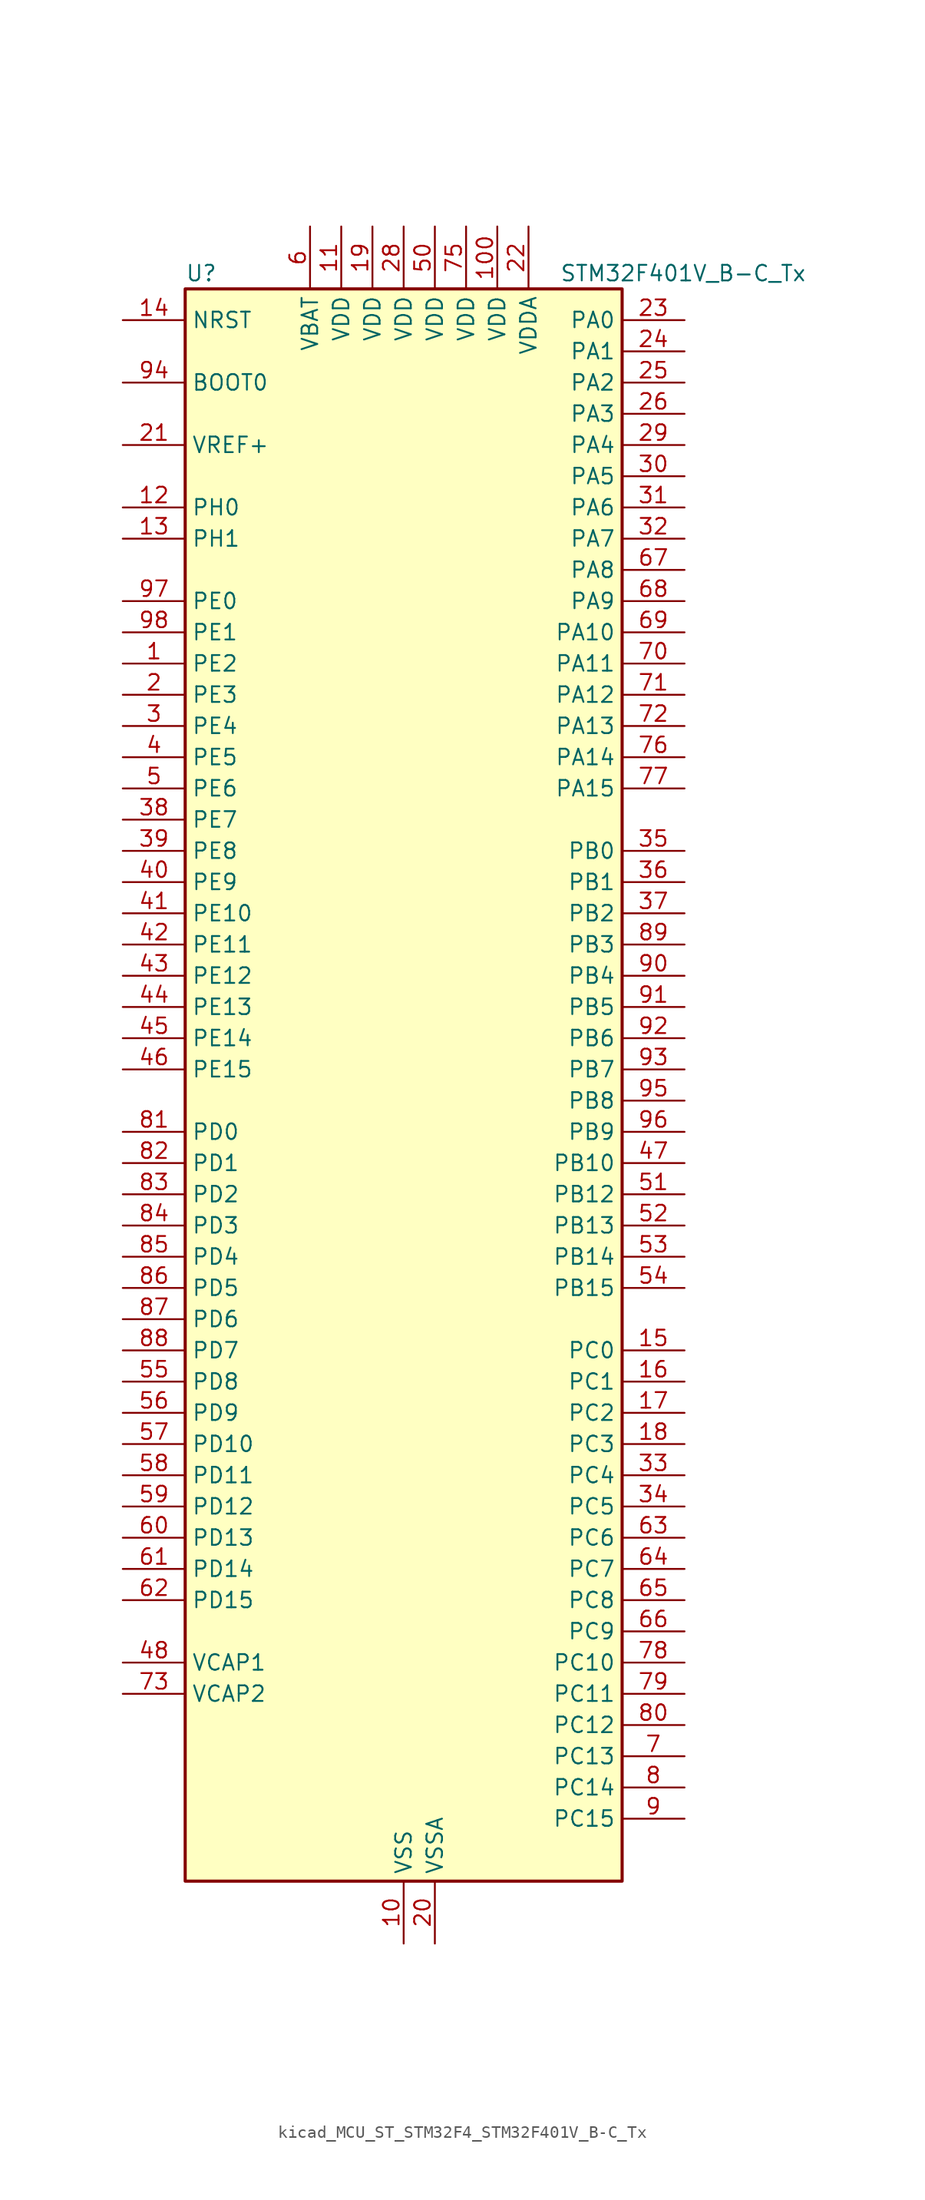
<source format=kicad_sym>
(kicad_symbol_lib
  (version 20220914)
  (generator kicad_symbol_editor)
  (symbol "kicad_MCU_ST_STM32F4_STM32F401V_B-C_Tx"
    (property "Reference" "U"
      (at -17.78 67.31 0)
      (effects (font (size 1.27 1.27)) (justify left)))
    (property "Value" "STM32F401V_B-C_Tx"
      (at 12.7 67.31 0)
      (effects (font (size 1.27 1.27)) (justify left)))
    (property "ki_locked" ""
      (at 0 0 0)
      (effects (font (size 1.27 1.27))))
    (symbol "kicad_MCU_ST_STM32F4_STM32F401V_B-C_Tx_0_1"
      (rectangle (start -17.78 -63.5) (end 17.78 66.04) (stroke (width 0.254) (type default)) (fill (type background))))
    (symbol "kicad_MCU_ST_STM32F4_STM32F401V_B-C_Tx_1_1"
      (pin bidirectional line (at -22.86 35.56 0) (length 5.08) (name "PE2" (effects (font (size 1.27 1.27)))) (number "1" (effects (font (size 1.27 1.27)))) (alternate "SPI4_SCK" bidirectional line) (alternate "SYS_TRACECLK" bidirectional line))
      (pin power_in line (at 0 -68.58 90) (length 5.08) (name "VSS" (effects (font (size 1.27 1.27)))) (number "10" (effects (font (size 1.27 1.27)))))
      (pin power_in line (at 7.62 71.12 270) (length 5.08) (name "VDD" (effects (font (size 1.27 1.27)))) (number "100" (effects (font (size 1.27 1.27)))))
      (pin power_in line (at -5.08 71.12 270) (length 5.08) (name "VDD" (effects (font (size 1.27 1.27)))) (number "11" (effects (font (size 1.27 1.27)))))
      (pin bidirectional line (at -22.86 48.26 0) (length 5.08) (name "PH0" (effects (font (size 1.27 1.27)))) (number "12" (effects (font (size 1.27 1.27)))) (alternate "RCC_OSC_IN" bidirectional line))
      (pin bidirectional line (at -22.86 45.72 0) (length 5.08) (name "PH1" (effects (font (size 1.27 1.27)))) (number "13" (effects (font (size 1.27 1.27)))) (alternate "RCC_OSC_OUT" bidirectional line))
      (pin input line (at -22.86 63.5 0) (length 5.08) (name "NRST" (effects (font (size 1.27 1.27)))) (number "14" (effects (font (size 1.27 1.27)))))
      (pin bidirectional line (at 22.86 -20.32 180) (length 5.08) (name "PC0" (effects (font (size 1.27 1.27)))) (number "15" (effects (font (size 1.27 1.27)))) (alternate "ADC1_IN10" bidirectional line))
      (pin bidirectional line (at 22.86 -22.86 180) (length 5.08) (name "PC1" (effects (font (size 1.27 1.27)))) (number "16" (effects (font (size 1.27 1.27)))) (alternate "ADC1_IN11" bidirectional line))
      (pin bidirectional line (at 22.86 -25.4 180) (length 5.08) (name "PC2" (effects (font (size 1.27 1.27)))) (number "17" (effects (font (size 1.27 1.27)))) (alternate "ADC1_IN12" bidirectional line) (alternate "I2S2_ext_SD" bidirectional line) (alternate "SPI2_MISO" bidirectional line))
      (pin bidirectional line (at 22.86 -27.94 180) (length 5.08) (name "PC3" (effects (font (size 1.27 1.27)))) (number "18" (effects (font (size 1.27 1.27)))) (alternate "ADC1_IN13" bidirectional line) (alternate "I2S2_SD" bidirectional line) (alternate "SPI2_MOSI" bidirectional line))
      (pin power_in line (at -2.54 71.12 270) (length 5.08) (name "VDD" (effects (font (size 1.27 1.27)))) (number "19" (effects (font (size 1.27 1.27)))))
      (pin bidirectional line (at -22.86 33.02 0) (length 5.08) (name "PE3" (effects (font (size 1.27 1.27)))) (number "2" (effects (font (size 1.27 1.27)))) (alternate "SYS_TRACED0" bidirectional line))
      (pin power_in line (at 2.54 -68.58 90) (length 5.08) (name "VSSA" (effects (font (size 1.27 1.27)))) (number "20" (effects (font (size 1.27 1.27)))))
      (pin input line (at -22.86 53.34 0) (length 5.08) (name "VREF+" (effects (font (size 1.27 1.27)))) (number "21" (effects (font (size 1.27 1.27)))))
      (pin power_in line (at 10.16 71.12 270) (length 5.08) (name "VDDA" (effects (font (size 1.27 1.27)))) (number "22" (effects (font (size 1.27 1.27)))))
      (pin bidirectional line (at 22.86 63.5 180) (length 5.08) (name "PA0" (effects (font (size 1.27 1.27)))) (number "23" (effects (font (size 1.27 1.27)))) (alternate "ADC1_IN0" bidirectional line) (alternate "SYS_WKUP" bidirectional line) (alternate "TIM2_CH1" bidirectional line) (alternate "TIM2_ETR" bidirectional line) (alternate "TIM5_CH1" bidirectional line) (alternate "USART2_CTS" bidirectional line))
      (pin bidirectional line (at 22.86 60.96 180) (length 5.08) (name "PA1" (effects (font (size 1.27 1.27)))) (number "24" (effects (font (size 1.27 1.27)))) (alternate "ADC1_IN1" bidirectional line) (alternate "TIM2_CH2" bidirectional line) (alternate "TIM5_CH2" bidirectional line) (alternate "USART2_RTS" bidirectional line))
      (pin bidirectional line (at 22.86 58.42 180) (length 5.08) (name "PA2" (effects (font (size 1.27 1.27)))) (number "25" (effects (font (size 1.27 1.27)))) (alternate "ADC1_IN2" bidirectional line) (alternate "TIM2_CH3" bidirectional line) (alternate "TIM5_CH3" bidirectional line) (alternate "TIM9_CH1" bidirectional line) (alternate "USART2_TX" bidirectional line))
      (pin bidirectional line (at 22.86 55.88 180) (length 5.08) (name "PA3" (effects (font (size 1.27 1.27)))) (number "26" (effects (font (size 1.27 1.27)))) (alternate "ADC1_IN3" bidirectional line) (alternate "TIM2_CH4" bidirectional line) (alternate "TIM5_CH4" bidirectional line) (alternate "TIM9_CH2" bidirectional line) (alternate "USART2_RX" bidirectional line))
      (pin passive line (at 0 -68.58 90) (length 5.08) hide (name "VSS" (effects (font (size 1.27 1.27)))) (number "27" (effects (font (size 1.27 1.27)))))
      (pin power_in line (at 0 71.12 270) (length 5.08) (name "VDD" (effects (font (size 1.27 1.27)))) (number "28" (effects (font (size 1.27 1.27)))))
      (pin bidirectional line (at 22.86 53.34 180) (length 5.08) (name "PA4" (effects (font (size 1.27 1.27)))) (number "29" (effects (font (size 1.27 1.27)))) (alternate "ADC1_IN4" bidirectional line) (alternate "I2S3_WS" bidirectional line) (alternate "SPI1_NSS" bidirectional line) (alternate "SPI3_NSS" bidirectional line) (alternate "USART2_CK" bidirectional line))
      (pin bidirectional line (at -22.86 30.48 0) (length 5.08) (name "PE4" (effects (font (size 1.27 1.27)))) (number "3" (effects (font (size 1.27 1.27)))) (alternate "SPI4_NSS" bidirectional line) (alternate "SYS_TRACED1" bidirectional line))
      (pin bidirectional line (at 22.86 50.8 180) (length 5.08) (name "PA5" (effects (font (size 1.27 1.27)))) (number "30" (effects (font (size 1.27 1.27)))) (alternate "ADC1_IN5" bidirectional line) (alternate "SPI1_SCK" bidirectional line) (alternate "TIM2_CH1" bidirectional line) (alternate "TIM2_ETR" bidirectional line))
      (pin bidirectional line (at 22.86 48.26 180) (length 5.08) (name "PA6" (effects (font (size 1.27 1.27)))) (number "31" (effects (font (size 1.27 1.27)))) (alternate "ADC1_IN6" bidirectional line) (alternate "SPI1_MISO" bidirectional line) (alternate "TIM1_BKIN" bidirectional line) (alternate "TIM3_CH1" bidirectional line))
      (pin bidirectional line (at 22.86 45.72 180) (length 5.08) (name "PA7" (effects (font (size 1.27 1.27)))) (number "32" (effects (font (size 1.27 1.27)))) (alternate "ADC1_IN7" bidirectional line) (alternate "SPI1_MOSI" bidirectional line) (alternate "TIM1_CH1N" bidirectional line) (alternate "TIM3_CH2" bidirectional line))
      (pin bidirectional line (at 22.86 -30.48 180) (length 5.08) (name "PC4" (effects (font (size 1.27 1.27)))) (number "33" (effects (font (size 1.27 1.27)))) (alternate "ADC1_IN14" bidirectional line))
      (pin bidirectional line (at 22.86 -33.02 180) (length 5.08) (name "PC5" (effects (font (size 1.27 1.27)))) (number "34" (effects (font (size 1.27 1.27)))) (alternate "ADC1_IN15" bidirectional line))
      (pin bidirectional line (at 22.86 20.32 180) (length 5.08) (name "PB0" (effects (font (size 1.27 1.27)))) (number "35" (effects (font (size 1.27 1.27)))) (alternate "ADC1_IN8" bidirectional line) (alternate "TIM1_CH2N" bidirectional line) (alternate "TIM3_CH3" bidirectional line))
      (pin bidirectional line (at 22.86 17.78 180) (length 5.08) (name "PB1" (effects (font (size 1.27 1.27)))) (number "36" (effects (font (size 1.27 1.27)))) (alternate "ADC1_IN9" bidirectional line) (alternate "TIM1_CH3N" bidirectional line) (alternate "TIM3_CH4" bidirectional line))
      (pin bidirectional line (at 22.86 15.24 180) (length 5.08) (name "PB2" (effects (font (size 1.27 1.27)))) (number "37" (effects (font (size 1.27 1.27)))))
      (pin bidirectional line (at -22.86 22.86 0) (length 5.08) (name "PE7" (effects (font (size 1.27 1.27)))) (number "38" (effects (font (size 1.27 1.27)))) (alternate "TIM1_ETR" bidirectional line))
      (pin bidirectional line (at -22.86 20.32 0) (length 5.08) (name "PE8" (effects (font (size 1.27 1.27)))) (number "39" (effects (font (size 1.27 1.27)))) (alternate "TIM1_CH1N" bidirectional line))
      (pin bidirectional line (at -22.86 27.94 0) (length 5.08) (name "PE5" (effects (font (size 1.27 1.27)))) (number "4" (effects (font (size 1.27 1.27)))) (alternate "SPI4_MISO" bidirectional line) (alternate "SYS_TRACED2" bidirectional line) (alternate "TIM9_CH1" bidirectional line))
      (pin bidirectional line (at -22.86 17.78 0) (length 5.08) (name "PE9" (effects (font (size 1.27 1.27)))) (number "40" (effects (font (size 1.27 1.27)))) (alternate "TIM1_CH1" bidirectional line))
      (pin bidirectional line (at -22.86 15.24 0) (length 5.08) (name "PE10" (effects (font (size 1.27 1.27)))) (number "41" (effects (font (size 1.27 1.27)))) (alternate "TIM1_CH2N" bidirectional line))
      (pin bidirectional line (at -22.86 12.7 0) (length 5.08) (name "PE11" (effects (font (size 1.27 1.27)))) (number "42" (effects (font (size 1.27 1.27)))) (alternate "ADC1_EXTI11" bidirectional line) (alternate "SPI4_NSS" bidirectional line) (alternate "TIM1_CH2" bidirectional line))
      (pin bidirectional line (at -22.86 10.16 0) (length 5.08) (name "PE12" (effects (font (size 1.27 1.27)))) (number "43" (effects (font (size 1.27 1.27)))) (alternate "SPI4_SCK" bidirectional line) (alternate "TIM1_CH3N" bidirectional line))
      (pin bidirectional line (at -22.86 7.62 0) (length 5.08) (name "PE13" (effects (font (size 1.27 1.27)))) (number "44" (effects (font (size 1.27 1.27)))) (alternate "SPI4_MISO" bidirectional line) (alternate "TIM1_CH3" bidirectional line))
      (pin bidirectional line (at -22.86 5.08 0) (length 5.08) (name "PE14" (effects (font (size 1.27 1.27)))) (number "45" (effects (font (size 1.27 1.27)))) (alternate "SPI4_MOSI" bidirectional line) (alternate "TIM1_CH4" bidirectional line))
      (pin bidirectional line (at -22.86 2.54 0) (length 5.08) (name "PE15" (effects (font (size 1.27 1.27)))) (number "46" (effects (font (size 1.27 1.27)))) (alternate "ADC1_EXTI15" bidirectional line) (alternate "TIM1_BKIN" bidirectional line))
      (pin bidirectional line (at 22.86 -5.08 180) (length 5.08) (name "PB10" (effects (font (size 1.27 1.27)))) (number "47" (effects (font (size 1.27 1.27)))) (alternate "I2C2_SCL" bidirectional line) (alternate "I2S2_CK" bidirectional line) (alternate "SPI2_SCK" bidirectional line) (alternate "TIM2_CH3" bidirectional line))
      (pin power_out line (at -22.86 -45.72 0) (length 5.08) (name "VCAP1" (effects (font (size 1.27 1.27)))) (number "48" (effects (font (size 1.27 1.27)))))
      (pin passive line (at 0 -68.58 90) (length 5.08) hide (name "VSS" (effects (font (size 1.27 1.27)))) (number "49" (effects (font (size 1.27 1.27)))))
      (pin bidirectional line (at -22.86 25.4 0) (length 5.08) (name "PE6" (effects (font (size 1.27 1.27)))) (number "5" (effects (font (size 1.27 1.27)))) (alternate "SPI4_MOSI" bidirectional line) (alternate "SYS_TRACED3" bidirectional line) (alternate "TIM9_CH2" bidirectional line))
      (pin power_in line (at 2.54 71.12 270) (length 5.08) (name "VDD" (effects (font (size 1.27 1.27)))) (number "50" (effects (font (size 1.27 1.27)))))
      (pin bidirectional line (at 22.86 -7.62 180) (length 5.08) (name "PB12" (effects (font (size 1.27 1.27)))) (number "51" (effects (font (size 1.27 1.27)))) (alternate "I2C2_SMBA" bidirectional line) (alternate "I2S2_WS" bidirectional line) (alternate "SPI2_NSS" bidirectional line) (alternate "TIM1_BKIN" bidirectional line))
      (pin bidirectional line (at 22.86 -10.16 180) (length 5.08) (name "PB13" (effects (font (size 1.27 1.27)))) (number "52" (effects (font (size 1.27 1.27)))) (alternate "I2S2_CK" bidirectional line) (alternate "SPI2_SCK" bidirectional line) (alternate "TIM1_CH1N" bidirectional line))
      (pin bidirectional line (at 22.86 -12.7 180) (length 5.08) (name "PB14" (effects (font (size 1.27 1.27)))) (number "53" (effects (font (size 1.27 1.27)))) (alternate "I2S2_ext_SD" bidirectional line) (alternate "SPI2_MISO" bidirectional line) (alternate "TIM1_CH2N" bidirectional line))
      (pin bidirectional line (at 22.86 -15.24 180) (length 5.08) (name "PB15" (effects (font (size 1.27 1.27)))) (number "54" (effects (font (size 1.27 1.27)))) (alternate "ADC1_EXTI15" bidirectional line) (alternate "I2S2_SD" bidirectional line) (alternate "RTC_REFIN" bidirectional line) (alternate "SPI2_MOSI" bidirectional line) (alternate "TIM1_CH3N" bidirectional line))
      (pin bidirectional line (at -22.86 -22.86 0) (length 5.08) (name "PD8" (effects (font (size 1.27 1.27)))) (number "55" (effects (font (size 1.27 1.27)))))
      (pin bidirectional line (at -22.86 -25.4 0) (length 5.08) (name "PD9" (effects (font (size 1.27 1.27)))) (number "56" (effects (font (size 1.27 1.27)))))
      (pin bidirectional line (at -22.86 -27.94 0) (length 5.08) (name "PD10" (effects (font (size 1.27 1.27)))) (number "57" (effects (font (size 1.27 1.27)))))
      (pin bidirectional line (at -22.86 -30.48 0) (length 5.08) (name "PD11" (effects (font (size 1.27 1.27)))) (number "58" (effects (font (size 1.27 1.27)))) (alternate "ADC1_EXTI11" bidirectional line))
      (pin bidirectional line (at -22.86 -33.02 0) (length 5.08) (name "PD12" (effects (font (size 1.27 1.27)))) (number "59" (effects (font (size 1.27 1.27)))) (alternate "TIM4_CH1" bidirectional line))
      (pin power_in line (at -7.62 71.12 270) (length 5.08) (name "VBAT" (effects (font (size 1.27 1.27)))) (number "6" (effects (font (size 1.27 1.27)))))
      (pin bidirectional line (at -22.86 -35.56 0) (length 5.08) (name "PD13" (effects (font (size 1.27 1.27)))) (number "60" (effects (font (size 1.27 1.27)))) (alternate "TIM4_CH2" bidirectional line))
      (pin bidirectional line (at -22.86 -38.1 0) (length 5.08) (name "PD14" (effects (font (size 1.27 1.27)))) (number "61" (effects (font (size 1.27 1.27)))) (alternate "TIM4_CH3" bidirectional line))
      (pin bidirectional line (at -22.86 -40.64 0) (length 5.08) (name "PD15" (effects (font (size 1.27 1.27)))) (number "62" (effects (font (size 1.27 1.27)))) (alternate "ADC1_EXTI15" bidirectional line) (alternate "TIM4_CH4" bidirectional line))
      (pin bidirectional line (at 22.86 -35.56 180) (length 5.08) (name "PC6" (effects (font (size 1.27 1.27)))) (number "63" (effects (font (size 1.27 1.27)))) (alternate "I2S2_MCK" bidirectional line) (alternate "SDIO_D6" bidirectional line) (alternate "TIM3_CH1" bidirectional line) (alternate "USART6_TX" bidirectional line))
      (pin bidirectional line (at 22.86 -38.1 180) (length 5.08) (name "PC7" (effects (font (size 1.27 1.27)))) (number "64" (effects (font (size 1.27 1.27)))) (alternate "I2S3_MCK" bidirectional line) (alternate "SDIO_D7" bidirectional line) (alternate "TIM3_CH2" bidirectional line) (alternate "USART6_RX" bidirectional line))
      (pin bidirectional line (at 22.86 -40.64 180) (length 5.08) (name "PC8" (effects (font (size 1.27 1.27)))) (number "65" (effects (font (size 1.27 1.27)))) (alternate "SDIO_D0" bidirectional line) (alternate "TIM3_CH3" bidirectional line) (alternate "USART6_CK" bidirectional line))
      (pin bidirectional line (at 22.86 -43.18 180) (length 5.08) (name "PC9" (effects (font (size 1.27 1.27)))) (number "66" (effects (font (size 1.27 1.27)))) (alternate "I2C3_SDA" bidirectional line) (alternate "I2S_CKIN" bidirectional line) (alternate "RCC_MCO_2" bidirectional line) (alternate "SDIO_D1" bidirectional line) (alternate "TIM3_CH4" bidirectional line))
      (pin bidirectional line (at 22.86 43.18 180) (length 5.08) (name "PA8" (effects (font (size 1.27 1.27)))) (number "67" (effects (font (size 1.27 1.27)))) (alternate "I2C3_SCL" bidirectional line) (alternate "RCC_MCO_1" bidirectional line) (alternate "TIM1_CH1" bidirectional line) (alternate "USART1_CK" bidirectional line) (alternate "USB_OTG_FS_SOF" bidirectional line))
      (pin bidirectional line (at 22.86 40.64 180) (length 5.08) (name "PA9" (effects (font (size 1.27 1.27)))) (number "68" (effects (font (size 1.27 1.27)))) (alternate "I2C3_SMBA" bidirectional line) (alternate "TIM1_CH2" bidirectional line) (alternate "USART1_TX" bidirectional line) (alternate "USB_OTG_FS_VBUS" bidirectional line))
      (pin bidirectional line (at 22.86 38.1 180) (length 5.08) (name "PA10" (effects (font (size 1.27 1.27)))) (number "69" (effects (font (size 1.27 1.27)))) (alternate "TIM1_CH3" bidirectional line) (alternate "USART1_RX" bidirectional line) (alternate "USB_OTG_FS_ID" bidirectional line))
      (pin bidirectional line (at 22.86 -53.34 180) (length 5.08) (name "PC13" (effects (font (size 1.27 1.27)))) (number "7" (effects (font (size 1.27 1.27)))) (alternate "RTC_AF1" bidirectional line))
      (pin bidirectional line (at 22.86 35.56 180) (length 5.08) (name "PA11" (effects (font (size 1.27 1.27)))) (number "70" (effects (font (size 1.27 1.27)))) (alternate "ADC1_EXTI11" bidirectional line) (alternate "TIM1_CH4" bidirectional line) (alternate "USART1_CTS" bidirectional line) (alternate "USART6_TX" bidirectional line) (alternate "USB_OTG_FS_DM" bidirectional line))
      (pin bidirectional line (at 22.86 33.02 180) (length 5.08) (name "PA12" (effects (font (size 1.27 1.27)))) (number "71" (effects (font (size 1.27 1.27)))) (alternate "TIM1_ETR" bidirectional line) (alternate "USART1_RTS" bidirectional line) (alternate "USART6_RX" bidirectional line) (alternate "USB_OTG_FS_DP" bidirectional line))
      (pin bidirectional line (at 22.86 30.48 180) (length 5.08) (name "PA13" (effects (font (size 1.27 1.27)))) (number "72" (effects (font (size 1.27 1.27)))) (alternate "SYS_JTMS-SWDIO" bidirectional line))
      (pin power_out line (at -22.86 -48.26 0) (length 5.08) (name "VCAP2" (effects (font (size 1.27 1.27)))) (number "73" (effects (font (size 1.27 1.27)))))
      (pin passive line (at 0 -68.58 90) (length 5.08) hide (name "VSS" (effects (font (size 1.27 1.27)))) (number "74" (effects (font (size 1.27 1.27)))))
      (pin power_in line (at 5.08 71.12 270) (length 5.08) (name "VDD" (effects (font (size 1.27 1.27)))) (number "75" (effects (font (size 1.27 1.27)))))
      (pin bidirectional line (at 22.86 27.94 180) (length 5.08) (name "PA14" (effects (font (size 1.27 1.27)))) (number "76" (effects (font (size 1.27 1.27)))) (alternate "SYS_JTCK-SWCLK" bidirectional line))
      (pin bidirectional line (at 22.86 25.4 180) (length 5.08) (name "PA15" (effects (font (size 1.27 1.27)))) (number "77" (effects (font (size 1.27 1.27)))) (alternate "ADC1_EXTI15" bidirectional line) (alternate "I2S3_WS" bidirectional line) (alternate "SPI1_NSS" bidirectional line) (alternate "SPI3_NSS" bidirectional line) (alternate "SYS_JTDI" bidirectional line) (alternate "TIM2_CH1" bidirectional line) (alternate "TIM2_ETR" bidirectional line))
      (pin bidirectional line (at 22.86 -45.72 180) (length 5.08) (name "PC10" (effects (font (size 1.27 1.27)))) (number "78" (effects (font (size 1.27 1.27)))) (alternate "I2S3_CK" bidirectional line) (alternate "SDIO_D2" bidirectional line) (alternate "SPI3_SCK" bidirectional line))
      (pin bidirectional line (at 22.86 -48.26 180) (length 5.08) (name "PC11" (effects (font (size 1.27 1.27)))) (number "79" (effects (font (size 1.27 1.27)))) (alternate "ADC1_EXTI11" bidirectional line) (alternate "I2S3_ext_SD" bidirectional line) (alternate "SDIO_D3" bidirectional line) (alternate "SPI3_MISO" bidirectional line))
      (pin bidirectional line (at 22.86 -55.88 180) (length 5.08) (name "PC14" (effects (font (size 1.27 1.27)))) (number "8" (effects (font (size 1.27 1.27)))) (alternate "RCC_OSC32_IN" bidirectional line))
      (pin bidirectional line (at 22.86 -50.8 180) (length 5.08) (name "PC12" (effects (font (size 1.27 1.27)))) (number "80" (effects (font (size 1.27 1.27)))) (alternate "I2S3_SD" bidirectional line) (alternate "SDIO_CK" bidirectional line) (alternate "SPI3_MOSI" bidirectional line))
      (pin bidirectional line (at -22.86 -2.54 0) (length 5.08) (name "PD0" (effects (font (size 1.27 1.27)))) (number "81" (effects (font (size 1.27 1.27)))))
      (pin bidirectional line (at -22.86 -5.08 0) (length 5.08) (name "PD1" (effects (font (size 1.27 1.27)))) (number "82" (effects (font (size 1.27 1.27)))))
      (pin bidirectional line (at -22.86 -7.62 0) (length 5.08) (name "PD2" (effects (font (size 1.27 1.27)))) (number "83" (effects (font (size 1.27 1.27)))) (alternate "SDIO_CMD" bidirectional line) (alternate "TIM3_ETR" bidirectional line))
      (pin bidirectional line (at -22.86 -10.16 0) (length 5.08) (name "PD3" (effects (font (size 1.27 1.27)))) (number "84" (effects (font (size 1.27 1.27)))) (alternate "I2S2_CK" bidirectional line) (alternate "SPI2_SCK" bidirectional line) (alternate "USART2_CTS" bidirectional line))
      (pin bidirectional line (at -22.86 -12.7 0) (length 5.08) (name "PD4" (effects (font (size 1.27 1.27)))) (number "85" (effects (font (size 1.27 1.27)))) (alternate "USART2_RTS" bidirectional line))
      (pin bidirectional line (at -22.86 -15.24 0) (length 5.08) (name "PD5" (effects (font (size 1.27 1.27)))) (number "86" (effects (font (size 1.27 1.27)))) (alternate "USART2_TX" bidirectional line))
      (pin bidirectional line (at -22.86 -17.78 0) (length 5.08) (name "PD6" (effects (font (size 1.27 1.27)))) (number "87" (effects (font (size 1.27 1.27)))) (alternate "I2S3_SD" bidirectional line) (alternate "SPI3_MOSI" bidirectional line) (alternate "USART2_RX" bidirectional line))
      (pin bidirectional line (at -22.86 -20.32 0) (length 5.08) (name "PD7" (effects (font (size 1.27 1.27)))) (number "88" (effects (font (size 1.27 1.27)))) (alternate "USART2_CK" bidirectional line))
      (pin bidirectional line (at 22.86 12.7 180) (length 5.08) (name "PB3" (effects (font (size 1.27 1.27)))) (number "89" (effects (font (size 1.27 1.27)))) (alternate "I2C2_SDA" bidirectional line) (alternate "I2S3_CK" bidirectional line) (alternate "SPI1_SCK" bidirectional line) (alternate "SPI3_SCK" bidirectional line) (alternate "SYS_JTDO-SWO" bidirectional line) (alternate "TIM2_CH2" bidirectional line))
      (pin bidirectional line (at 22.86 -58.42 180) (length 5.08) (name "PC15" (effects (font (size 1.27 1.27)))) (number "9" (effects (font (size 1.27 1.27)))) (alternate "ADC1_EXTI15" bidirectional line) (alternate "RCC_OSC32_OUT" bidirectional line))
      (pin bidirectional line (at 22.86 10.16 180) (length 5.08) (name "PB4" (effects (font (size 1.27 1.27)))) (number "90" (effects (font (size 1.27 1.27)))) (alternate "I2C3_SDA" bidirectional line) (alternate "I2S3_ext_SD" bidirectional line) (alternate "SPI1_MISO" bidirectional line) (alternate "SPI3_MISO" bidirectional line) (alternate "SYS_JTRST" bidirectional line) (alternate "TIM3_CH1" bidirectional line))
      (pin bidirectional line (at 22.86 7.62 180) (length 5.08) (name "PB5" (effects (font (size 1.27 1.27)))) (number "91" (effects (font (size 1.27 1.27)))) (alternate "I2C1_SMBA" bidirectional line) (alternate "I2S3_SD" bidirectional line) (alternate "SPI1_MOSI" bidirectional line) (alternate "SPI3_MOSI" bidirectional line) (alternate "TIM3_CH2" bidirectional line))
      (pin bidirectional line (at 22.86 5.08 180) (length 5.08) (name "PB6" (effects (font (size 1.27 1.27)))) (number "92" (effects (font (size 1.27 1.27)))) (alternate "I2C1_SCL" bidirectional line) (alternate "TIM4_CH1" bidirectional line) (alternate "USART1_TX" bidirectional line))
      (pin bidirectional line (at 22.86 2.54 180) (length 5.08) (name "PB7" (effects (font (size 1.27 1.27)))) (number "93" (effects (font (size 1.27 1.27)))) (alternate "I2C1_SDA" bidirectional line) (alternate "TIM4_CH2" bidirectional line) (alternate "USART1_RX" bidirectional line))
      (pin input line (at -22.86 58.42 0) (length 5.08) (name "BOOT0" (effects (font (size 1.27 1.27)))) (number "94" (effects (font (size 1.27 1.27)))))
      (pin bidirectional line (at 22.86 0 180) (length 5.08) (name "PB8" (effects (font (size 1.27 1.27)))) (number "95" (effects (font (size 1.27 1.27)))) (alternate "I2C1_SCL" bidirectional line) (alternate "SDIO_D4" bidirectional line) (alternate "TIM10_CH1" bidirectional line) (alternate "TIM4_CH3" bidirectional line))
      (pin bidirectional line (at 22.86 -2.54 180) (length 5.08) (name "PB9" (effects (font (size 1.27 1.27)))) (number "96" (effects (font (size 1.27 1.27)))) (alternate "I2C1_SDA" bidirectional line) (alternate "I2S2_WS" bidirectional line) (alternate "SDIO_D5" bidirectional line) (alternate "SPI2_NSS" bidirectional line) (alternate "TIM11_CH1" bidirectional line) (alternate "TIM4_CH4" bidirectional line))
      (pin bidirectional line (at -22.86 40.64 0) (length 5.08) (name "PE0" (effects (font (size 1.27 1.27)))) (number "97" (effects (font (size 1.27 1.27)))) (alternate "TIM4_ETR" bidirectional line))
      (pin bidirectional line (at -22.86 38.1 0) (length 5.08) (name "PE1" (effects (font (size 1.27 1.27)))) (number "98" (effects (font (size 1.27 1.27)))))
      (pin passive line (at 0 -68.58 90) (length 5.08) hide (name "VSS" (effects (font (size 1.27 1.27)))) (number "99" (effects (font (size 1.27 1.27))))))))
</source>
